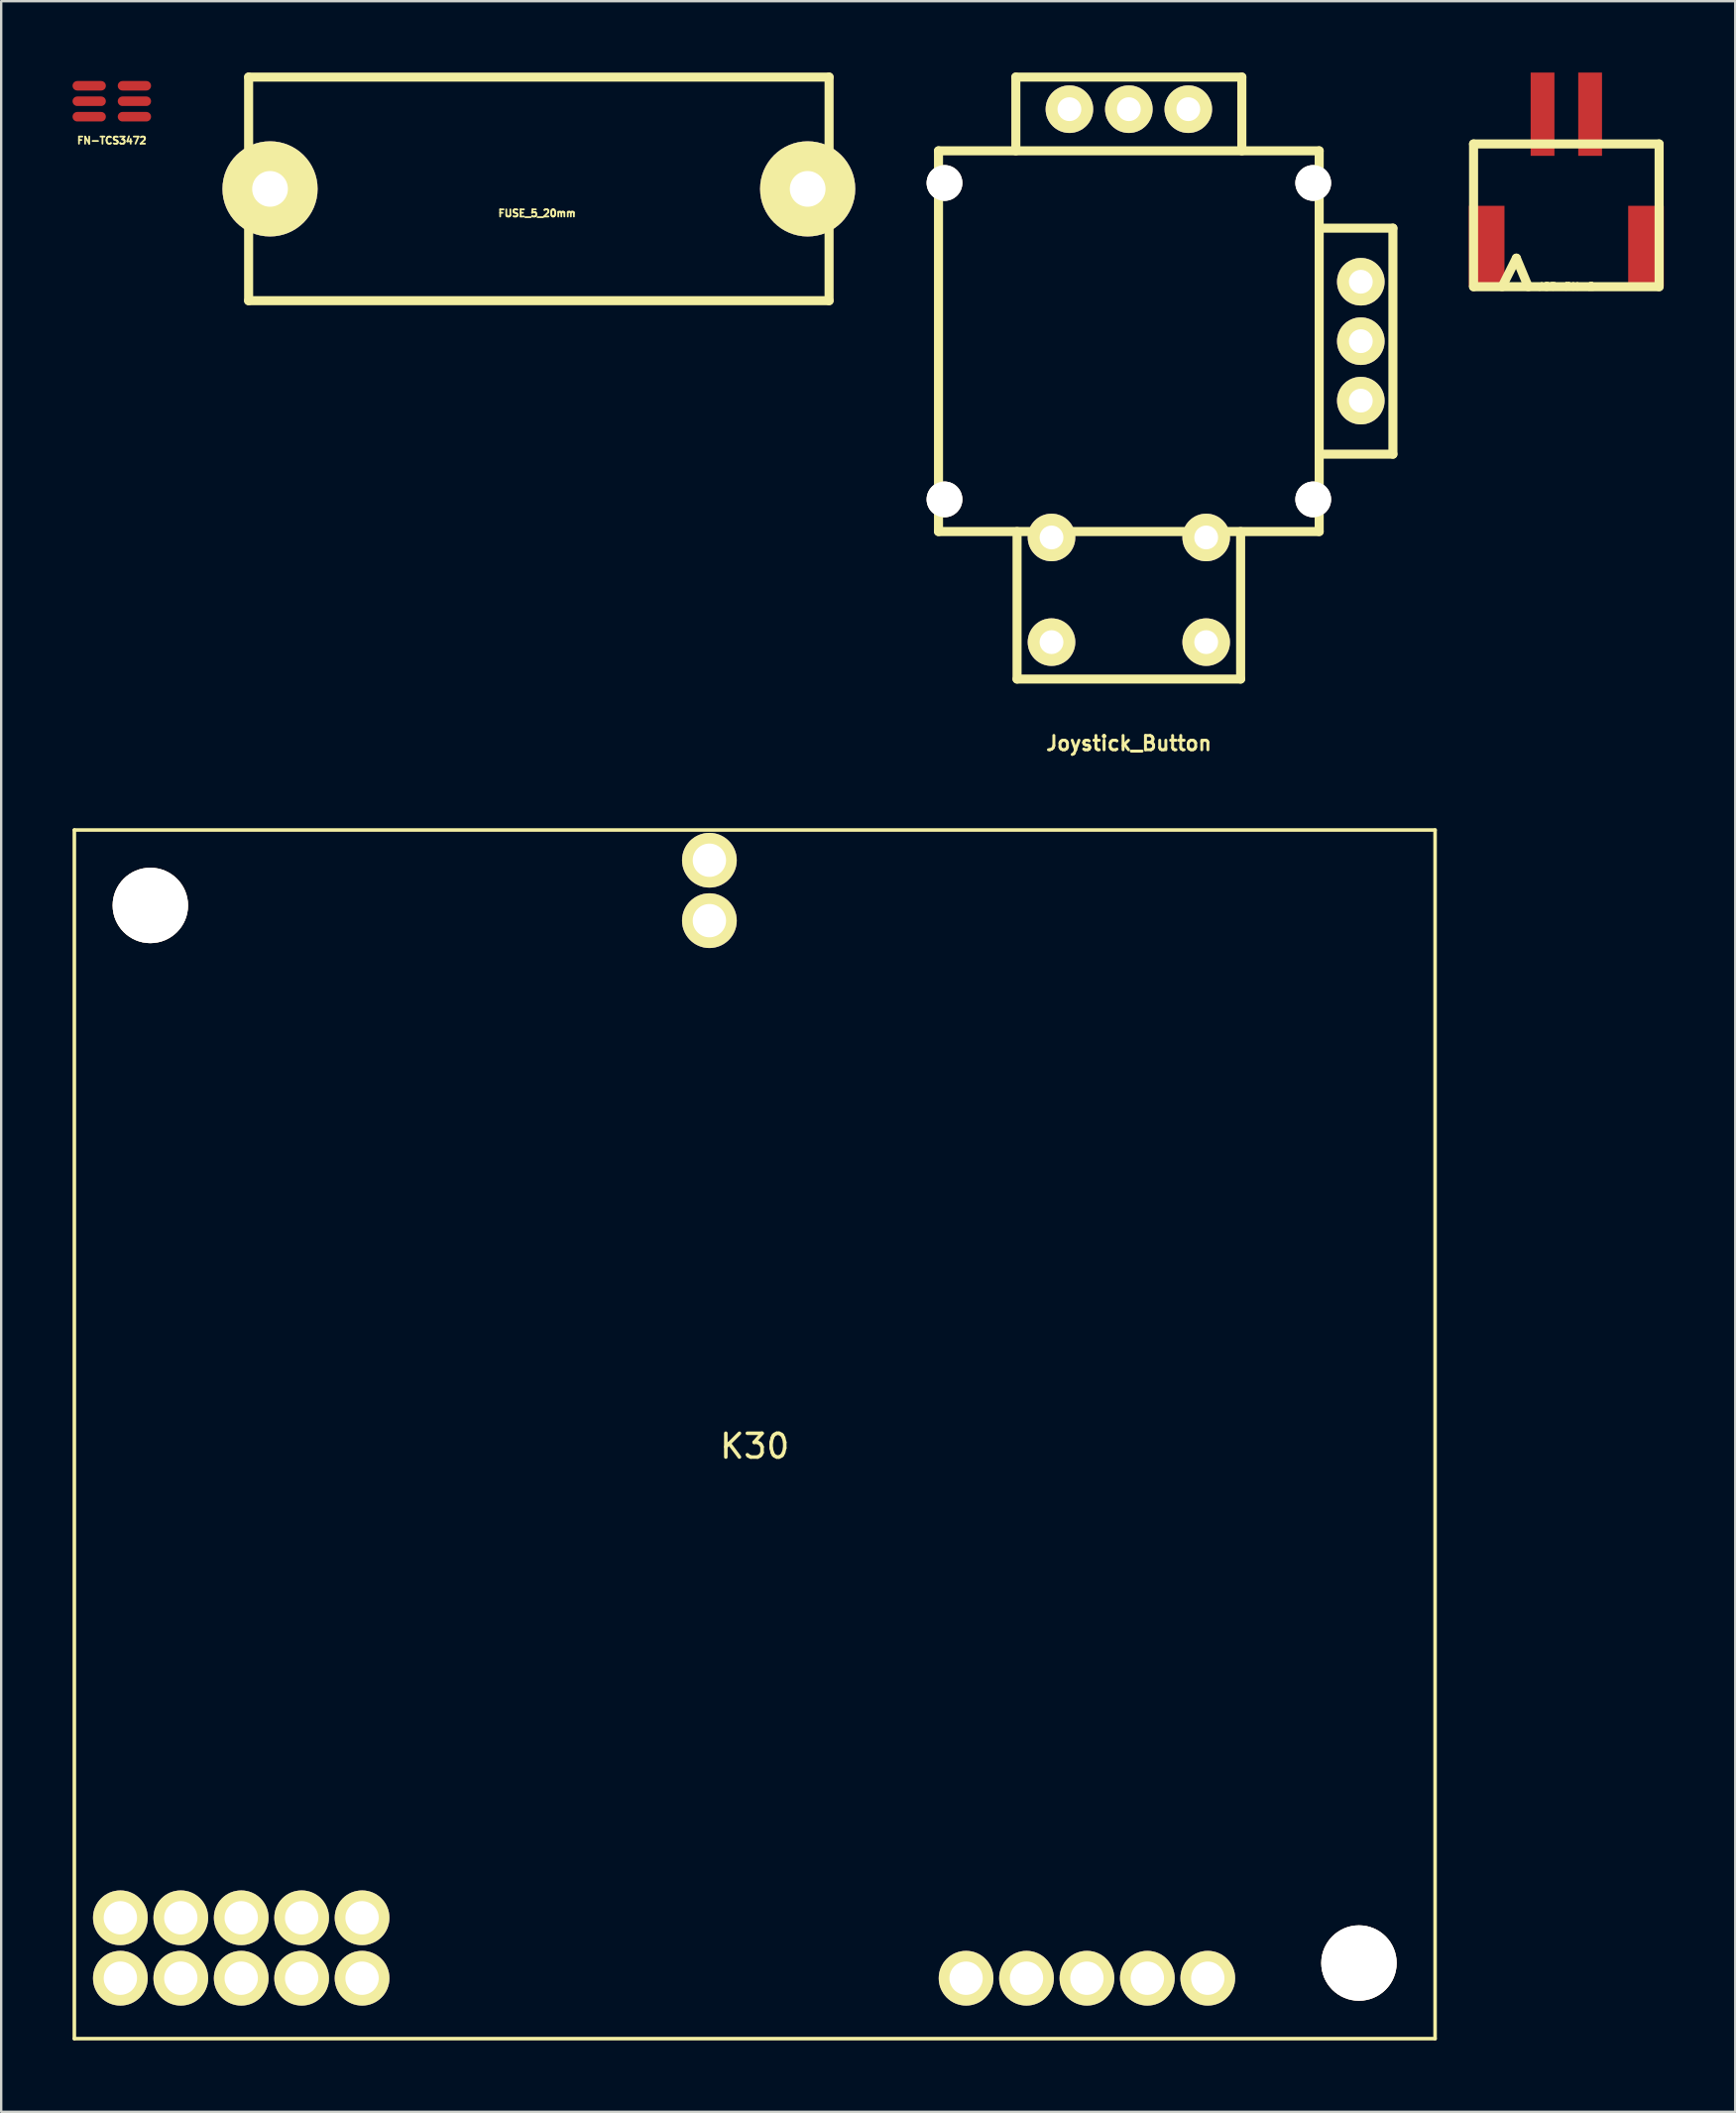
<source format=kicad_pcb>
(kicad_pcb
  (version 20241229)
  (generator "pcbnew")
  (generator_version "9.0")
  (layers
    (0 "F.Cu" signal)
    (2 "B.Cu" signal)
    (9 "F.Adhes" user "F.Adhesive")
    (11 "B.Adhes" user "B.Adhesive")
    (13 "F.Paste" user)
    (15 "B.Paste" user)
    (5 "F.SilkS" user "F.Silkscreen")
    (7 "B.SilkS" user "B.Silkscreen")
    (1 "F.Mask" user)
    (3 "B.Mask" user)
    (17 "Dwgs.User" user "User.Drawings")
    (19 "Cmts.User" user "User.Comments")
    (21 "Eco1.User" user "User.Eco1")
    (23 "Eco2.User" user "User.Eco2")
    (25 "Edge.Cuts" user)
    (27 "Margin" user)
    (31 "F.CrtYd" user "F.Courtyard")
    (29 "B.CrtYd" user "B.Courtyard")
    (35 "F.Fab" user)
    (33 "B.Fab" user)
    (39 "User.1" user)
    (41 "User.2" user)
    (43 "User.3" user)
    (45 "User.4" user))
  (footprint "K30"
    (layer "F.Cu")
    (at 28.675 57.236)
    (property "Reference" "K30" (at 0 0.5 0) (layer "F.SilkS") (effects (font (size 1 1) (thickness 0.15))))
    (attr through_hole)
    (fp_line (start -28.6 -25.4) (end 28.6 -25.4) (stroke (width 0.15) (type solid)) (layer "F.SilkS"))
    (fp_line (start -28.6 25.4) (end -28.6 -25.4) (stroke (width 0.15) (type solid)) (layer "F.SilkS"))
    (fp_line (start 28.6 -25.4) (end 28.6 25.4) (stroke (width 0.15) (type solid)) (layer "F.SilkS"))
    (fp_line (start 28.6 25.4) (end -28.6 25.4) (stroke (width 0.15) (type solid)) (layer "F.SilkS"))
    (pad "" np_thru_hole circle (at -25.405 -22.23) (size 3.17 3.17) (drill 3.17) (layers "*.Cu" "*.SilkS"))
    (pad "" np_thru_hole circle (at -1.905 -24.13) (size 2.3 2.3) (drill 1.4) (layers "*.Cu" "*.Mask" "F.SilkS"))
    (pad "" np_thru_hole circle (at -1.905 -21.59) (size 2.3 2.3) (drill 1.4) (layers "*.Cu" "*.Mask" "F.SilkS"))
    (pad "" np_thru_hole circle (at 25.4 22.222) (size 3.17 3.17) (drill 3.17) (layers "*.Cu" "*.SilkS"))
    (pad "1" thru_hole circle (at 19.045 22.86) (size 2.3 2.3) (drill 1.4) (layers "*.Cu" "*.Mask" "F.SilkS"))
    (pad "2" thru_hole circle (at 16.505 22.86) (size 2.3 2.3) (drill 1.4) (layers "*.Cu" "*.Mask" "F.SilkS"))
    (pad "3" thru_hole circle (at 13.965 22.86) (size 2.3 2.3) (drill 1.4) (layers "*.Cu" "*.Mask" "F.SilkS"))
    (pad "4" thru_hole circle (at 11.425 22.86) (size 2.3 2.3) (drill 1.4) (layers "*.Cu" "*.Mask" "F.SilkS"))
    (pad "5" thru_hole circle (at 8.885 22.86) (size 2.3 2.3) (drill 1.4) (layers "*.Cu" "*.Mask" "F.SilkS"))
    (pad "6" thru_hole circle (at -26.665 20.32) (size 2.3 2.3) (drill 1.4) (layers "*.Cu" "*.Mask" "F.SilkS"))
    (pad "7" thru_hole circle (at -24.125 20.32) (size 2.3 2.3) (drill 1.4) (layers "*.Cu" "*.Mask" "F.SilkS"))
    (pad "8" thru_hole circle (at -21.585 20.32) (size 2.3 2.3) (drill 1.4) (layers "*.Cu" "*.Mask" "F.SilkS"))
    (pad "9" thru_hole circle (at -19.045 20.32) (size 2.3 2.3) (drill 1.4) (layers "*.Cu" "*.Mask" "F.SilkS"))
    (pad "10" thru_hole circle (at -16.505 20.32) (size 2.3 2.3) (drill 1.4) (layers "*.Cu" "*.Mask" "F.SilkS"))
    (pad "11" thru_hole circle (at -26.665 22.86) (size 2.3 2.3) (drill 1.4) (layers "*.Cu" "*.Mask" "F.SilkS"))
    (pad "12" thru_hole circle (at -24.125 22.86) (size 2.3 2.3) (drill 1.4) (layers "*.Cu" "*.Mask" "F.SilkS"))
    (pad "13" thru_hole circle (at -21.585 22.86) (size 2.3 2.3) (drill 1.4) (layers "*.Cu" "*.Mask" "F.SilkS"))
    (pad "14" thru_hole circle (at -19.045 22.86) (size 2.3 2.3) (drill 1.4) (layers "*.Cu" "*.Mask" "F.SilkS"))
    (pad "15" thru_hole circle (at -16.505 22.86) (size 2.3 2.3) (drill 1.4) (layers "*.Cu" "*.Mask" "F.SilkS")))
  (footprint "FUSE_5_20mm"
    (layer "F.Cu")
    (at 19.601 4.889)
    (property "Reference" "FUSE_5_20mm" (at -0.076 1.026 0) (layer "F.SilkS") (effects (font (size 0.3 0.3) (thickness 0.076))))
    (attr through_hole)
    (fp_line (start -12.2 -4.699) (end -12.2 4.699) (stroke (width 0.381) (type solid)) (layer "F.SilkS"))
    (fp_line (start -12.2 4.699) (end 12.2 4.699) (stroke (width 0.381) (type solid)) (layer "F.SilkS"))
    (fp_line (start 12.2 -4.699) (end -12.2 -4.699) (stroke (width 0.381) (type solid)) (layer "F.SilkS"))
    (fp_line (start 12.2 4.699) (end 12.2 -4.699) (stroke (width 0.381) (type solid)) (layer "F.SilkS"))
    (pad "1" thru_hole circle (at -11.3 0) (size 4 4) (drill 1.501) (layers "*.Cu" "*.Mask" "F.SilkS"))
    (pad "2" thru_hole circle (at 11.3 0) (size 4 4) (drill 1.501) (layers "*.Cu" "*.Mask" "F.SilkS")))
  (footprint "FN-TCS3472"
    (layer "F.Cu")
    (at 1.65 1.205)
    (property "Reference" "FN-TCS3472" (at 0 1.65 0) (layer "F.SilkS") (effects (font (size 0.3 0.3) (thickness 0.075))))
    (attr through_hole)
    (fp_line (start -1 -1.2) (end -1 1.2) (stroke (width 0.01) (type solid)) (layer "Eco2.User"))
    (fp_line (start -1 1.2) (end 1 1.2) (stroke (width 0.01) (type solid)) (layer "Eco2.User"))
    (fp_line (start 1 -1.2) (end -1 -1.2) (stroke (width 0.01) (type solid)) (layer "Eco2.User"))
    (fp_line (start 1 1.2) (end 1 -1.2) (stroke (width 0.01) (type solid)) (layer "Eco2.User"))
    (fp_circle (center -0.6 -0.7) (end -0.55 -0.7) (stroke (width 0.01) (type solid)) (fill no) (layer "Eco2.User"))
    (fp_circle (center -0.6 -0.7) (end -0.5 -0.65) (stroke (width 0.01) (type solid)) (fill no) (layer "Eco2.User"))
    (pad "1" smd oval (at -0.95 -0.65) (size 1.4 0.4) (layers "F.Cu" "F.Mask" "F.Paste"))
    (pad "2" smd oval (at -0.95 0) (size 1.4 0.4) (layers "F.Cu" "F.Mask" "F.Paste"))
    (pad "3" smd oval (at -0.95 0.65) (size 1.4 0.4) (layers "F.Cu" "F.Mask" "F.Paste"))
    (pad "4" smd oval (at 0.95 0.65) (size 1.4 0.4) (layers "F.Cu" "F.Mask" "F.Paste"))
    (pad "5" smd oval (at 0.95 0) (size 1.4 0.4) (layers "F.Cu" "F.Mask" "F.Paste"))
    (pad "6" smd oval (at 0.95 -0.65) (size 1.4 0.4) (layers "F.Cu" "F.Mask" "F.Paste")))
  (footprint "Joystick_Button"
    (layer "F.Cu")
    (at 44.402 11.29)
    (property "Reference" "Joystick_Button" (at 0 16.901 0) (layer "F.SilkS") (effects (font (size 0.599 0.599) (thickness 0.124))))
    (attr through_hole)
    (fp_line (start -8.001 -8.001) (end 8.001 -8.001) (stroke (width 0.381) (type solid)) (layer "F.SilkS"))
    (fp_line (start -8.001 8.001) (end -8.001 -8.001) (stroke (width 0.381) (type solid)) (layer "F.SilkS"))
    (fp_line (start -4.75 -11.1) (end 4.75 -11.1) (stroke (width 0.381) (type solid)) (layer "F.SilkS"))
    (fp_line (start -4.75 -8.001) (end -4.75 -11.1) (stroke (width 0.381) (type solid)) (layer "F.SilkS"))
    (fp_line (start -4.699 8.001) (end -4.699 14.201) (stroke (width 0.381) (type solid)) (layer "F.SilkS"))
    (fp_line (start -4.699 14.201) (end 4.699 14.201) (stroke (width 0.381) (type solid)) (layer "F.SilkS"))
    (fp_line (start 4.699 14.201) (end 4.699 8.001) (stroke (width 0.381) (type solid)) (layer "F.SilkS"))
    (fp_line (start 4.75 -11.1) (end 4.75 -8.001) (stroke (width 0.381) (type solid)) (layer "F.SilkS"))
    (fp_line (start 8.001 -8.001) (end 8.001 8.001) (stroke (width 0.381) (type solid)) (layer "F.SilkS"))
    (fp_line (start 8.001 -4.75) (end 11.1 -4.75) (stroke (width 0.381) (type solid)) (layer "F.SilkS"))
    (fp_line (start 8.001 8.001) (end -8.001 8.001) (stroke (width 0.381) (type solid)) (layer "F.SilkS"))
    (fp_line (start 11.1 -4.75) (end 11.1 4.75) (stroke (width 0.381) (type solid)) (layer "F.SilkS"))
    (fp_line (start 11.1 4.75) (end 8.001 4.75) (stroke (width 0.381) (type solid)) (layer "F.SilkS"))
    (pad "" thru_hole circle (at -7.75 -6.65) (size 1.501 1.501) (drill 1.501) (layers "*.Cu" "*.Mask" "F.SilkS"))
    (pad "" thru_hole circle (at -7.75 6.65) (size 1.501 1.501) (drill 1.501) (layers "*.Cu" "*.Mask" "F.SilkS"))
    (pad "" thru_hole circle (at 3.251 8.25) (size 1.999 1.999) (drill 1.001) (layers "*.Cu" "*.Mask" "F.SilkS"))
    (pad "" thru_hole circle (at 3.251 12.649) (size 1.999 1.999) (drill 1.001) (layers "*.Cu" "*.Mask" "F.SilkS"))
    (pad "" thru_hole circle (at 7.75 -6.65) (size 1.501 1.501) (drill 1.501) (layers "*.Cu" "*.Mask" "F.SilkS"))
    (pad "" thru_hole circle (at 7.75 6.65) (size 1.501 1.501) (drill 1.501) (layers "*.Cu" "*.Mask" "F.SilkS"))
    (pad "SW1" thru_hole circle (at -3.251 8.25) (size 1.999 1.999) (drill 1.001) (layers "*.Cu" "*.Mask" "F.SilkS"))
    (pad "SW2" thru_hole circle (at -3.251 12.649) (size 1.999 1.999) (drill 1.001) (layers "*.Cu" "*.Mask" "F.SilkS"))
    (pad "X1" thru_hole circle (at 9.751 -2.499) (size 1.999 1.999) (drill 1.001) (layers "*.Cu" "*.Mask" "F.SilkS"))
    (pad "X2" thru_hole circle (at 9.751 0) (size 1.999 1.999) (drill 1.001) (layers "*.Cu" "*.Mask" "F.SilkS"))
    (pad "X3" thru_hole circle (at 9.751 2.499) (size 1.999 1.999) (drill 1.001) (layers "*.Cu" "*.Mask" "F.SilkS"))
    (pad "Y1" thru_hole circle (at -2.499 -9.751) (size 1.999 1.999) (drill 1.001) (layers "*.Cu" "*.Mask" "F.SilkS"))
    (pad "Y2" thru_hole circle (at 0 -9.751) (size 1.999 1.999) (drill 1.001) (layers "*.Cu" "*.Mask" "F.SilkS"))
    (pad "Y3" thru_hole circle (at 2.499 -9.751) (size 1.999 1.999) (drill 1.001) (layers "*.Cu" "*.Mask" "F.SilkS")))
  (footprint "JST-PH-2"
    (layer "F.Cu")
    (at 62.792 9)
    (property "Reference" "JST-PH-2" (at 0 0 0) (layer "F.SilkS") (effects (font (size 0.3 0.3) (thickness 0.075))))
    (attr through_hole)
    (fp_line (start -3.9 -6) (end 3.9 -6) (stroke (width 0.381) (type solid)) (layer "F.SilkS"))
    (fp_line (start -3.9 0) (end -3.9 -6) (stroke (width 0.381) (type solid)) (layer "F.SilkS"))
    (fp_line (start -2.7 0) (end -2.1 -1.2) (stroke (width 0.381) (type solid)) (layer "F.SilkS"))
    (fp_line (start -2.1 -1.2) (end -1.6 0) (stroke (width 0.381) (type solid)) (layer "F.SilkS"))
    (fp_line (start 3.9 -6) (end 3.9 0) (stroke (width 0.381) (type solid)) (layer "F.SilkS"))
    (fp_line (start 3.9 0) (end -3.9 0) (stroke (width 0.381) (type solid)) (layer "F.SilkS"))
    (pad "1" smd rect (at -1 -7.25) (size 1 3.5) (layers "F.Cu" "F.Mask" "F.Paste"))
    (pad "2" smd rect (at 1 -7.25) (size 1 3.5) (layers "F.Cu" "F.Mask" "F.Paste"))
    (pad "EP" smd rect (at -3.35 -1.7) (size 1.5 3.4) (layers "F.Cu" "F.Mask" "F.Paste"))
    (pad "EP" smd rect (at 3.35 -1.7) (size 1.5 3.4) (layers "F.Cu" "F.Mask" "F.Paste")))
  (gr_rect
    (start -3 -3)
    (end 69.892 85.711)
    (stroke (width 0.1) (type default))
    (fill no)
    (layer "Edge.Cuts")))
</source>
